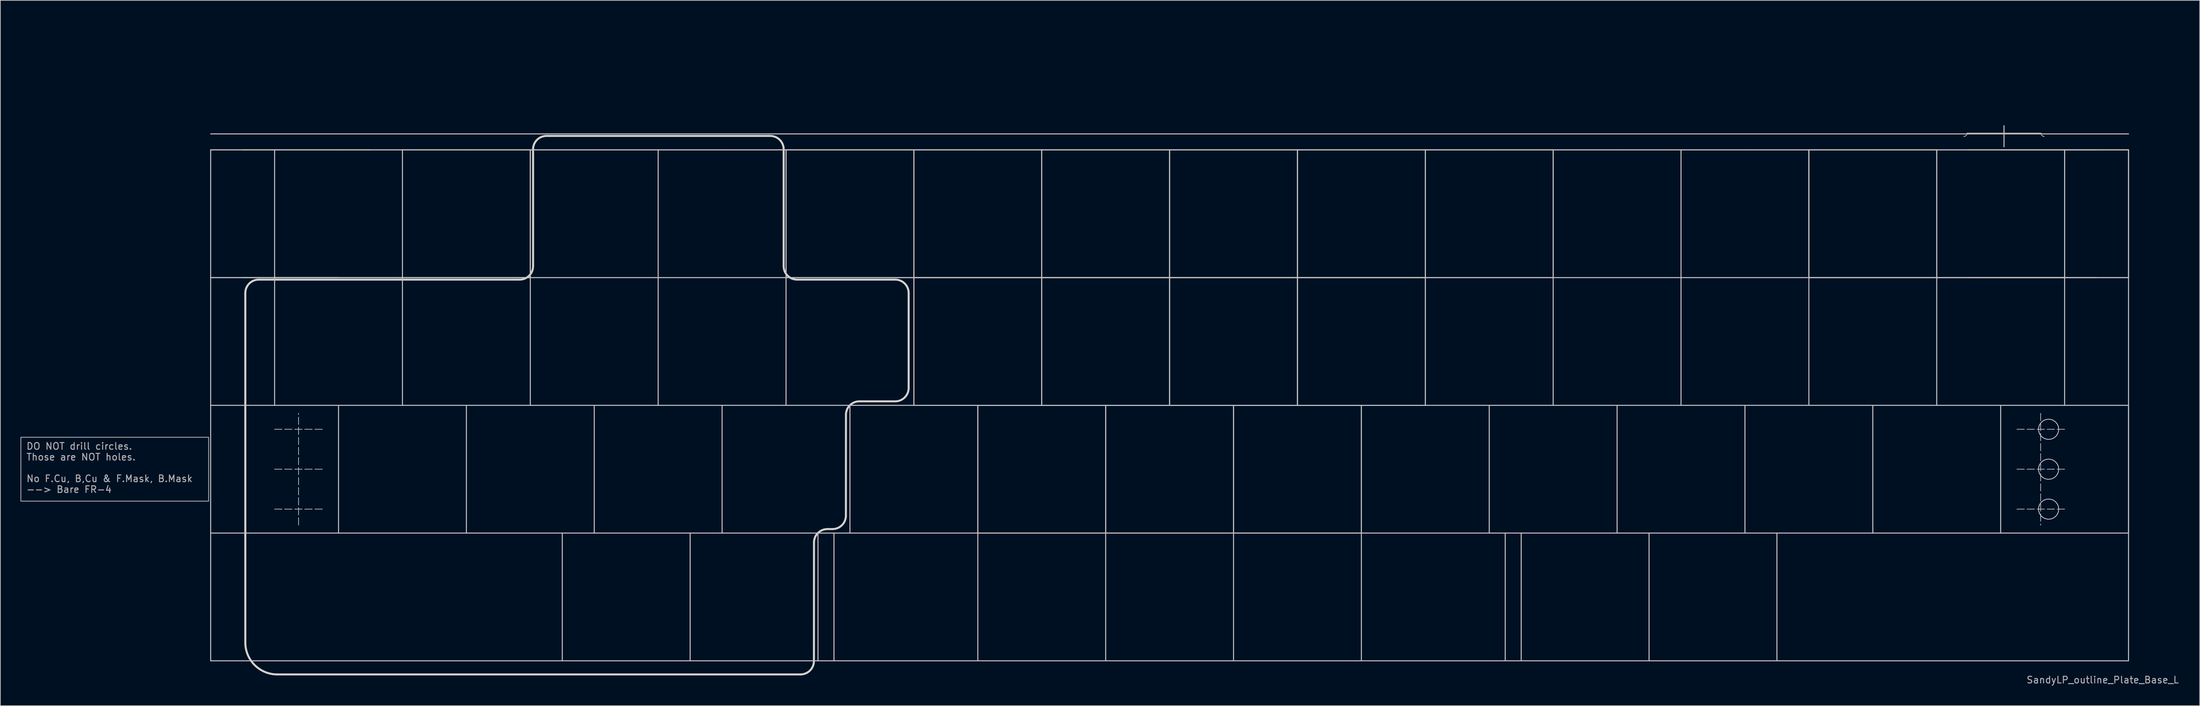
<source format=kicad_pcb>
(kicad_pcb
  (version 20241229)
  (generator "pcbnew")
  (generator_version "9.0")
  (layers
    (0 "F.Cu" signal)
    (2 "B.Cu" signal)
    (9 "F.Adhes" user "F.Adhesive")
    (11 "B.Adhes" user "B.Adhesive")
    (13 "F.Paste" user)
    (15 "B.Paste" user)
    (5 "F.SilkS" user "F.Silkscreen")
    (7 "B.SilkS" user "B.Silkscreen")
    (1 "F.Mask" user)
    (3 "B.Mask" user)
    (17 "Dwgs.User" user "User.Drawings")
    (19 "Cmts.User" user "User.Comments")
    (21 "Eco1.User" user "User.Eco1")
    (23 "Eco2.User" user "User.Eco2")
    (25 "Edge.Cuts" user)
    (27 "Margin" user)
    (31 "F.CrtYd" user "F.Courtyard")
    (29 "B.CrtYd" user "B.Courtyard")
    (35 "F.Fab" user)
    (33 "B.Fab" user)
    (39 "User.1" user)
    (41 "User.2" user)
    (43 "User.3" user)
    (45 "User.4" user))
  (footprint "SandyLP_outline_Plate_Base_L"
    (layer "F.Cu")
    (at 28.338 0.25)
    (property "Reference" "SandyLP_outline_Plate_Base_L" (at 281.9 98.1 0) (layer "F.Fab") (effects (font (size 1 1) (thickness 0.15))))
    (attr through_hole)
    (fp_rect (start 15.478 60.722) (end 13.097 72.628) (stroke (width 0.12) (type solid)) (fill yes) (layer "F.Mask"))
    (fp_circle (center 14.287 60.722) (end 13.097 60.722) (stroke (width 0.1) (type solid)) (fill yes) (layer "F.Mask"))
    (fp_circle (center 14.287 72.628) (end 13.097 72.628) (stroke (width 0.1) (type solid)) (fill yes) (layer "F.Mask"))
    (fp_rect (start 15.478 60.722) (end 13.097 72.628) (stroke (width 0.12) (type solid)) (fill yes) (layer "B.Mask"))
    (fp_circle (center 14.287 60.722) (end 13.097 60.722) (stroke (width 0.1) (type solid)) (fill yes) (layer "B.Mask"))
    (fp_circle (center 14.287 72.628) (end 13.097 72.628) (stroke (width 0.1) (type solid)) (fill yes) (layer "B.Mask"))
    (fp_line (start 0 16.669) (end 285.75 16.669) (stroke (width 0.15) (type solid)) (layer "Dwgs.User"))
    (fp_line (start 0 19.05) (end 0 38.1) (stroke (width 0.15) (type solid)) (layer "Dwgs.User"))
    (fp_line (start 0 19.05) (end 19.05 19.05) (stroke (width 0.15) (type solid)) (layer "Dwgs.User"))
    (fp_line (start 0 19.05) (end 285.75 19.05) (stroke (width 0.15) (type solid)) (layer "Dwgs.User"))
    (fp_line (start 0 38.1) (end 0 57.15) (stroke (width 0.15) (type solid)) (layer "Dwgs.User"))
    (fp_line (start 0 38.1) (end 19.05 38.1) (stroke (width 0.15) (type solid)) (layer "Dwgs.User"))
    (fp_line (start 0 38.1) (end 19.05 38.1) (stroke (width 0.15) (type solid)) (layer "Dwgs.User"))
    (fp_line (start 0 57.15) (end 0 76.2) (stroke (width 0.15) (type solid)) (layer "Dwgs.User"))
    (fp_line (start 0 95.25) (end 0 76.2) (stroke (width 0.15) (type solid)) (layer "Dwgs.User"))
    (fp_line (start 4.763 38.1) (end 28.575 38.1) (stroke (width 0.15) (type solid)) (layer "Dwgs.User"))
    (fp_line (start 9.525 38.1) (end 9.525 19.05) (stroke (width 0.15) (type solid)) (layer "Dwgs.User"))
    (fp_line (start 9.525 38.1) (end 9.525 57.15) (stroke (width 0.15) (type solid)) (layer "Dwgs.User"))
    (fp_line (start 9.525 38.1) (end 28.575 38.1) (stroke (width 0.15) (type solid)) (layer "Dwgs.User"))
    (fp_line (start 9.525 60.722) (end 16.669 60.722) (stroke (width 0.1) (type dash)) (layer "Dwgs.User"))
    (fp_line (start 9.525 66.675) (end 16.669 66.675) (stroke (width 0.1) (type dash)) (layer "Dwgs.User"))
    (fp_line (start 9.525 72.628) (end 16.669 72.628) (stroke (width 0.1) (type dash)) (layer "Dwgs.User"))
    (fp_line (start 13.097 75.009) (end 13.097 58.341) (stroke (width 0.1) (type dash)) (layer "Dwgs.User"))
    (fp_line (start 19.05 19.05) (end 38.1 19.05) (stroke (width 0.15) (type solid)) (layer "Dwgs.User"))
    (fp_line (start 19.05 57.15) (end 19.05 76.2) (stroke (width 0.15) (type solid)) (layer "Dwgs.User"))
    (fp_line (start 23.812 19.05) (end 4.763 19.05) (stroke (width 0.15) (type solid)) (layer "Dwgs.User"))
    (fp_line (start 28.575 19.05) (end 28.575 38.1) (stroke (width 0.15) (type solid)) (layer "Dwgs.User"))
    (fp_line (start 28.575 38.1) (end 9.525 38.1) (stroke (width 0.15) (type solid)) (layer "Dwgs.User"))
    (fp_line (start 28.575 38.1) (end 28.575 57.15) (stroke (width 0.15) (type solid)) (layer "Dwgs.User"))
    (fp_line (start 28.575 38.1) (end 47.625 38.1) (stroke (width 0.15) (type solid)) (layer "Dwgs.User"))
    (fp_line (start 28.575 38.1) (end 47.625 38.1) (stroke (width 0.15) (type solid)) (layer "Dwgs.User"))
    (fp_line (start 38.1 19.05) (end 57.15 19.05) (stroke (width 0.15) (type solid)) (layer "Dwgs.User"))
    (fp_line (start 38.1 57.15) (end 38.1 76.2) (stroke (width 0.15) (type solid)) (layer "Dwgs.User"))
    (fp_line (start 47.625 19.05) (end 28.575 19.05) (stroke (width 0.15) (type solid)) (layer "Dwgs.User"))
    (fp_line (start 47.625 19.05) (end 47.625 38.1) (stroke (width 0.15) (type solid)) (layer "Dwgs.User"))
    (fp_line (start 47.625 38.1) (end 28.575 38.1) (stroke (width 0.15) (type solid)) (layer "Dwgs.User"))
    (fp_line (start 47.625 38.1) (end 47.625 19.05) (stroke (width 0.15) (type solid)) (layer "Dwgs.User"))
    (fp_line (start 47.625 38.1) (end 47.625 19.05) (stroke (width 0.15) (type solid)) (layer "Dwgs.User"))
    (fp_line (start 47.625 38.1) (end 47.625 57.15) (stroke (width 0.15) (type solid)) (layer "Dwgs.User"))
    (fp_line (start 52.388 76.2) (end 52.388 95.25) (stroke (width 0.15) (type solid)) (layer "Dwgs.User"))
    (fp_line (start 57.15 19.05) (end 76.2 19.05) (stroke (width 0.15) (type solid)) (layer "Dwgs.User"))
    (fp_line (start 57.15 57.15) (end 57.15 76.2) (stroke (width 0.15) (type solid)) (layer "Dwgs.User"))
    (fp_line (start 66.675 19.05) (end 66.675 38.1) (stroke (width 0.15) (type solid)) (layer "Dwgs.User"))
    (fp_line (start 66.675 38.1) (end 66.675 57.15) (stroke (width 0.15) (type solid)) (layer "Dwgs.User"))
    (fp_line (start 71.438 76.2) (end 71.438 95.25) (stroke (width 0.15) (type solid)) (layer "Dwgs.User"))
    (fp_line (start 76.2 19.05) (end 95.25 19.05) (stroke (width 0.15) (type solid)) (layer "Dwgs.User"))
    (fp_line (start 76.2 57.15) (end 76.2 76.2) (stroke (width 0.15) (type solid)) (layer "Dwgs.User"))
    (fp_line (start 85.725 19.05) (end 85.725 38.1) (stroke (width 0.15) (type solid)) (layer "Dwgs.User"))
    (fp_line (start 85.725 19.05) (end 85.725 38.1) (stroke (width 0.15) (type solid)) (layer "Dwgs.User"))
    (fp_line (start 85.725 38.1) (end 47.625 38.1) (stroke (width 0.15) (type solid)) (layer "Dwgs.User"))
    (fp_line (start 85.725 38.1) (end 85.725 57.15) (stroke (width 0.15) (type solid)) (layer "Dwgs.User"))
    (fp_line (start 85.725 38.1) (end 104.775 38.1) (stroke (width 0.15) (type solid)) (layer "Dwgs.User"))
    (fp_line (start 85.725 38.1) (end 104.775 38.1) (stroke (width 0.15) (type solid)) (layer "Dwgs.User"))
    (fp_line (start 90.487 76.2) (end 90.487 95.25) (stroke (width 0.15) (type solid)) (layer "Dwgs.User"))
    (fp_line (start 92.869 76.2) (end 92.869 95.25) (stroke (width 0.15) (type solid)) (layer "Dwgs.User"))
    (fp_line (start 95.25 19.05) (end 114.3 19.05) (stroke (width 0.15) (type solid)) (layer "Dwgs.User"))
    (fp_line (start 95.25 57.15) (end 95.25 76.2) (stroke (width 0.15) (type solid)) (layer "Dwgs.User"))
    (fp_line (start 104.775 19.05) (end 85.725 19.05) (stroke (width 0.15) (type solid)) (layer "Dwgs.User"))
    (fp_line (start 104.775 19.05) (end 104.775 38.1) (stroke (width 0.15) (type solid)) (layer "Dwgs.User"))
    (fp_line (start 104.775 19.05) (end 104.775 38.1) (stroke (width 0.15) (type solid)) (layer "Dwgs.User"))
    (fp_line (start 104.775 38.1) (end 104.775 19.05) (stroke (width 0.15) (type solid)) (layer "Dwgs.User"))
    (fp_line (start 104.775 38.1) (end 104.775 57.15) (stroke (width 0.15) (type solid)) (layer "Dwgs.User"))
    (fp_line (start 104.775 38.1) (end 104.775 57.15) (stroke (width 0.15) (type solid)) (layer "Dwgs.User"))
    (fp_line (start 104.775 38.1) (end 123.825 38.1) (stroke (width 0.15) (type solid)) (layer "Dwgs.User"))
    (fp_line (start 104.775 38.1) (end 123.825 38.1) (stroke (width 0.15) (type solid)) (layer "Dwgs.User"))
    (fp_line (start 104.775 57.15) (end 0 57.15) (stroke (width 0.15) (type solid)) (layer "Dwgs.User"))
    (fp_line (start 104.775 57.15) (end 123.825 57.15) (stroke (width 0.15) (type solid)) (layer "Dwgs.User"))
    (fp_line (start 104.775 57.15) (end 123.825 57.15) (stroke (width 0.15) (type solid)) (layer "Dwgs.User"))
    (fp_line (start 114.3 19.05) (end 133.35 19.05) (stroke (width 0.15) (type solid)) (layer "Dwgs.User"))
    (fp_line (start 114.3 57.15) (end 114.3 76.2) (stroke (width 0.15) (type solid)) (layer "Dwgs.User"))
    (fp_line (start 114.3 57.15) (end 114.3 76.2) (stroke (width 0.15) (type solid)) (layer "Dwgs.User"))
    (fp_line (start 114.3 76.2) (end 0 76.2) (stroke (width 0.15) (type solid)) (layer "Dwgs.User"))
    (fp_line (start 114.3 76.2) (end 114.3 95.25) (stroke (width 0.15) (type solid)) (layer "Dwgs.User"))
    (fp_line (start 114.3 76.2) (end 133.35 76.2) (stroke (width 0.15) (type solid)) (layer "Dwgs.User"))
    (fp_line (start 114.3 76.2) (end 133.35 76.2) (stroke (width 0.15) (type solid)) (layer "Dwgs.User"))
    (fp_line (start 123.825 19.05) (end 104.775 19.05) (stroke (width 0.15) (type solid)) (layer "Dwgs.User"))
    (fp_line (start 123.825 19.05) (end 123.825 38.1) (stroke (width 0.15) (type solid)) (layer "Dwgs.User"))
    (fp_line (start 123.825 38.1) (end 104.775 38.1) (stroke (width 0.15) (type solid)) (layer "Dwgs.User"))
    (fp_line (start 123.825 38.1) (end 104.775 38.1) (stroke (width 0.15) (type solid)) (layer "Dwgs.User"))
    (fp_line (start 123.825 38.1) (end 123.825 19.05) (stroke (width 0.15) (type solid)) (layer "Dwgs.User"))
    (fp_line (start 123.825 38.1) (end 123.825 19.05) (stroke (width 0.15) (type solid)) (layer "Dwgs.User"))
    (fp_line (start 123.825 38.1) (end 123.825 57.15) (stroke (width 0.15) (type solid)) (layer "Dwgs.User"))
    (fp_line (start 123.825 38.1) (end 142.875 38.1) (stroke (width 0.15) (type solid)) (layer "Dwgs.User"))
    (fp_line (start 123.825 38.1) (end 142.875 38.1) (stroke (width 0.15) (type solid)) (layer "Dwgs.User"))
    (fp_line (start 123.825 57.15) (end 123.825 38.1) (stroke (width 0.15) (type solid)) (layer "Dwgs.User"))
    (fp_line (start 123.825 57.15) (end 123.825 38.1) (stroke (width 0.15) (type solid)) (layer "Dwgs.User"))
    (fp_line (start 123.825 57.15) (end 142.875 57.15) (stroke (width 0.15) (type solid)) (layer "Dwgs.User"))
    (fp_line (start 123.825 57.15) (end 142.875 57.15) (stroke (width 0.15) (type solid)) (layer "Dwgs.User"))
    (fp_line (start 133.35 19.05) (end 152.4 19.05) (stroke (width 0.15) (type solid)) (layer "Dwgs.User"))
    (fp_line (start 133.35 57.15) (end 114.3 57.15) (stroke (width 0.15) (type solid)) (layer "Dwgs.User"))
    (fp_line (start 133.35 57.15) (end 114.3 57.15) (stroke (width 0.15) (type solid)) (layer "Dwgs.User"))
    (fp_line (start 133.35 57.15) (end 133.35 76.2) (stroke (width 0.15) (type solid)) (layer "Dwgs.User"))
    (fp_line (start 133.35 76.2) (end 133.35 57.15) (stroke (width 0.15) (type solid)) (layer "Dwgs.User"))
    (fp_line (start 133.35 76.2) (end 133.35 57.15) (stroke (width 0.15) (type solid)) (layer "Dwgs.User"))
    (fp_line (start 133.35 76.2) (end 133.35 95.25) (stroke (width 0.15) (type solid)) (layer "Dwgs.User"))
    (fp_line (start 133.35 76.2) (end 152.4 76.2) (stroke (width 0.15) (type solid)) (layer "Dwgs.User"))
    (fp_line (start 133.35 76.2) (end 152.4 76.2) (stroke (width 0.15) (type solid)) (layer "Dwgs.User"))
    (fp_line (start 142.875 19.05) (end 123.825 19.05) (stroke (width 0.15) (type solid)) (layer "Dwgs.User"))
    (fp_line (start 142.875 19.05) (end 142.875 38.1) (stroke (width 0.15) (type solid)) (layer "Dwgs.User"))
    (fp_line (start 142.875 19.05) (end 142.875 38.1) (stroke (width 0.15) (type solid)) (layer "Dwgs.User"))
    (fp_line (start 142.875 38.1) (end 123.825 38.1) (stroke (width 0.15) (type solid)) (layer "Dwgs.User"))
    (fp_line (start 142.875 38.1) (end 123.825 38.1) (stroke (width 0.15) (type solid)) (layer "Dwgs.User"))
    (fp_line (start 142.875 38.1) (end 142.875 19.05) (stroke (width 0.15) (type solid)) (layer "Dwgs.User"))
    (fp_line (start 142.875 38.1) (end 142.875 57.15) (stroke (width 0.15) (type solid)) (layer "Dwgs.User"))
    (fp_line (start 142.875 38.1) (end 161.925 38.1) (stroke (width 0.15) (type solid)) (layer "Dwgs.User"))
    (fp_line (start 142.875 38.1) (end 161.925 38.1) (stroke (width 0.15) (type solid)) (layer "Dwgs.User"))
    (fp_line (start 142.875 57.15) (end 142.875 38.1) (stroke (width 0.15) (type solid)) (layer "Dwgs.User"))
    (fp_line (start 142.875 57.15) (end 142.875 38.1) (stroke (width 0.15) (type solid)) (layer "Dwgs.User"))
    (fp_line (start 142.875 57.15) (end 161.925 57.15) (stroke (width 0.15) (type solid)) (layer "Dwgs.User"))
    (fp_line (start 142.875 57.15) (end 161.925 57.15) (stroke (width 0.15) (type solid)) (layer "Dwgs.User"))
    (fp_line (start 152.4 19.05) (end 171.45 19.05) (stroke (width 0.15) (type solid)) (layer "Dwgs.User"))
    (fp_line (start 152.4 57.15) (end 133.35 57.15) (stroke (width 0.15) (type solid)) (layer "Dwgs.User"))
    (fp_line (start 152.4 57.15) (end 133.35 57.15) (stroke (width 0.15) (type solid)) (layer "Dwgs.User"))
    (fp_line (start 152.4 57.15) (end 152.4 76.2) (stroke (width 0.15) (type solid)) (layer "Dwgs.User"))
    (fp_line (start 152.4 76.2) (end 152.4 57.15) (stroke (width 0.15) (type solid)) (layer "Dwgs.User"))
    (fp_line (start 152.4 76.2) (end 152.4 57.15) (stroke (width 0.15) (type solid)) (layer "Dwgs.User"))
    (fp_line (start 152.4 76.2) (end 152.4 95.25) (stroke (width 0.15) (type solid)) (layer "Dwgs.User"))
    (fp_line (start 152.4 76.2) (end 171.45 76.2) (stroke (width 0.15) (type solid)) (layer "Dwgs.User"))
    (fp_line (start 152.4 76.2) (end 171.45 76.2) (stroke (width 0.15) (type solid)) (layer "Dwgs.User"))
    (fp_line (start 161.925 19.05) (end 142.875 19.05) (stroke (width 0.15) (type solid)) (layer "Dwgs.User"))
    (fp_line (start 161.925 19.05) (end 161.925 38.1) (stroke (width 0.15) (type solid)) (layer "Dwgs.User"))
    (fp_line (start 161.925 19.05) (end 161.925 38.1) (stroke (width 0.15) (type solid)) (layer "Dwgs.User"))
    (fp_line (start 161.925 38.1) (end 142.875 38.1) (stroke (width 0.15) (type solid)) (layer "Dwgs.User"))
    (fp_line (start 161.925 38.1) (end 142.875 38.1) (stroke (width 0.15) (type solid)) (layer "Dwgs.User"))
    (fp_line (start 161.925 38.1) (end 161.925 19.05) (stroke (width 0.15) (type solid)) (layer "Dwgs.User"))
    (fp_line (start 161.925 38.1) (end 161.925 57.15) (stroke (width 0.15) (type solid)) (layer "Dwgs.User"))
    (fp_line (start 161.925 38.1) (end 180.975 38.1) (stroke (width 0.15) (type solid)) (layer "Dwgs.User"))
    (fp_line (start 161.925 38.1) (end 180.975 38.1) (stroke (width 0.15) (type solid)) (layer "Dwgs.User"))
    (fp_line (start 161.925 57.15) (end 161.925 38.1) (stroke (width 0.15) (type solid)) (layer "Dwgs.User"))
    (fp_line (start 161.925 57.15) (end 161.925 38.1) (stroke (width 0.15) (type solid)) (layer "Dwgs.User"))
    (fp_line (start 161.925 57.15) (end 180.975 57.15) (stroke (width 0.15) (type solid)) (layer "Dwgs.User"))
    (fp_line (start 161.925 57.15) (end 180.975 57.15) (stroke (width 0.15) (type solid)) (layer "Dwgs.User"))
    (fp_line (start 171.45 19.05) (end 190.5 19.05) (stroke (width 0.15) (type solid)) (layer "Dwgs.User"))
    (fp_line (start 171.45 57.15) (end 152.4 57.15) (stroke (width 0.15) (type solid)) (layer "Dwgs.User"))
    (fp_line (start 171.45 57.15) (end 152.4 57.15) (stroke (width 0.15) (type solid)) (layer "Dwgs.User"))
    (fp_line (start 171.45 76.2) (end 152.4 76.2) (stroke (width 0.15) (type solid)) (layer "Dwgs.User"))
    (fp_line (start 171.45 76.2) (end 171.45 57.15) (stroke (width 0.15) (type solid)) (layer "Dwgs.User"))
    (fp_line (start 171.45 76.2) (end 171.45 57.15) (stroke (width 0.15) (type solid)) (layer "Dwgs.User"))
    (fp_line (start 171.45 76.2) (end 171.45 95.25) (stroke (width 0.15) (type solid)) (layer "Dwgs.User"))
    (fp_line (start 171.45 76.2) (end 285.75 76.2) (stroke (width 0.15) (type solid)) (layer "Dwgs.User"))
    (fp_line (start 180.975 19.05) (end 161.925 19.05) (stroke (width 0.15) (type solid)) (layer "Dwgs.User"))
    (fp_line (start 180.975 19.05) (end 180.975 38.1) (stroke (width 0.15) (type solid)) (layer "Dwgs.User"))
    (fp_line (start 180.975 38.1) (end 161.925 38.1) (stroke (width 0.15) (type solid)) (layer "Dwgs.User"))
    (fp_line (start 180.975 38.1) (end 161.925 38.1) (stroke (width 0.15) (type solid)) (layer "Dwgs.User"))
    (fp_line (start 180.975 38.1) (end 180.975 19.05) (stroke (width 0.15) (type solid)) (layer "Dwgs.User"))
    (fp_line (start 180.975 38.1) (end 180.975 19.05) (stroke (width 0.15) (type solid)) (layer "Dwgs.User"))
    (fp_line (start 180.975 38.1) (end 200.025 38.1) (stroke (width 0.15) (type solid)) (layer "Dwgs.User"))
    (fp_line (start 180.975 38.1) (end 200.025 38.1) (stroke (width 0.15) (type solid)) (layer "Dwgs.User"))
    (fp_line (start 180.975 57.15) (end 180.975 38.1) (stroke (width 0.15) (type solid)) (layer "Dwgs.User"))
    (fp_line (start 180.975 57.15) (end 180.975 38.1) (stroke (width 0.15) (type solid)) (layer "Dwgs.User"))
    (fp_line (start 190.5 19.05) (end 209.55 19.05) (stroke (width 0.15) (type solid)) (layer "Dwgs.User"))
    (fp_line (start 190.5 57.15) (end 190.5 76.2) (stroke (width 0.15) (type solid)) (layer "Dwgs.User"))
    (fp_line (start 192.881 76.2) (end 192.881 95.25) (stroke (width 0.15) (type solid)) (layer "Dwgs.User"))
    (fp_line (start 195.262 76.2) (end 195.262 95.25) (stroke (width 0.15) (type solid)) (layer "Dwgs.User"))
    (fp_line (start 200.025 19.05) (end 180.975 19.05) (stroke (width 0.15) (type solid)) (layer "Dwgs.User"))
    (fp_line (start 200.025 38.1) (end 200.025 19.05) (stroke (width 0.15) (type solid)) (layer "Dwgs.User"))
    (fp_line (start 200.025 38.1) (end 200.025 19.05) (stroke (width 0.15) (type solid)) (layer "Dwgs.User"))
    (fp_line (start 200.025 38.1) (end 200.025 57.15) (stroke (width 0.15) (type solid)) (layer "Dwgs.User"))
    (fp_line (start 209.55 19.05) (end 228.6 19.05) (stroke (width 0.15) (type solid)) (layer "Dwgs.User"))
    (fp_line (start 209.55 57.15) (end 209.55 76.2) (stroke (width 0.15) (type solid)) (layer "Dwgs.User"))
    (fp_line (start 214.312 76.2) (end 214.312 95.25) (stroke (width 0.15) (type solid)) (layer "Dwgs.User"))
    (fp_line (start 219.075 19.05) (end 219.075 38.1) (stroke (width 0.15) (type solid)) (layer "Dwgs.User"))
    (fp_line (start 219.075 38.1) (end 219.075 57.15) (stroke (width 0.15) (type solid)) (layer "Dwgs.User"))
    (fp_line (start 228.6 19.05) (end 247.65 19.05) (stroke (width 0.15) (type solid)) (layer "Dwgs.User"))
    (fp_line (start 228.6 57.15) (end 228.6 76.2) (stroke (width 0.15) (type solid)) (layer "Dwgs.User"))
    (fp_line (start 233.363 76.2) (end 233.363 95.25) (stroke (width 0.15) (type solid)) (layer "Dwgs.User"))
    (fp_line (start 238.125 19.05) (end 238.125 38.1) (stroke (width 0.15) (type solid)) (layer "Dwgs.User"))
    (fp_line (start 238.125 19.05) (end 238.125 38.1) (stroke (width 0.15) (type solid)) (layer "Dwgs.User"))
    (fp_line (start 238.125 19.05) (end 238.125 38.1) (stroke (width 0.15) (type solid)) (layer "Dwgs.User"))
    (fp_line (start 238.125 38.1) (end 200.025 38.1) (stroke (width 0.15) (type solid)) (layer "Dwgs.User"))
    (fp_line (start 238.125 38.1) (end 238.125 57.15) (stroke (width 0.15) (type solid)) (layer "Dwgs.User"))
    (fp_line (start 238.125 38.1) (end 257.175 38.1) (stroke (width 0.15) (type solid)) (layer "Dwgs.User"))
    (fp_line (start 238.125 38.1) (end 257.175 38.1) (stroke (width 0.15) (type solid)) (layer "Dwgs.User"))
    (fp_line (start 238.125 38.1) (end 257.175 38.1) (stroke (width 0.15) (type solid)) (layer "Dwgs.User"))
    (fp_line (start 247.65 19.05) (end 266.7 19.05) (stroke (width 0.15) (type solid)) (layer "Dwgs.User"))
    (fp_line (start 247.65 57.15) (end 247.65 76.2) (stroke (width 0.15) (type solid)) (layer "Dwgs.User"))
    (fp_line (start 257.175 19.05) (end 238.125 19.05) (stroke (width 0.15) (type solid)) (layer "Dwgs.User"))
    (fp_line (start 257.175 38.1) (end 257.175 19.05) (stroke (width 0.15) (type solid)) (layer "Dwgs.User"))
    (fp_line (start 257.175 38.1) (end 257.175 19.05) (stroke (width 0.15) (type solid)) (layer "Dwgs.User"))
    (fp_line (start 257.175 38.1) (end 257.175 57.15) (stroke (width 0.15) (type solid)) (layer "Dwgs.User"))
    (fp_line (start 257.175 38.1) (end 276.225 38.1) (stroke (width 0.15) (type solid)) (layer "Dwgs.User"))
    (fp_line (start 257.175 38.1) (end 276.225 38.1) (stroke (width 0.15) (type solid)) (layer "Dwgs.User"))
    (fp_line (start 257.175 38.1) (end 276.225 38.1) (stroke (width 0.15) (type solid)) (layer "Dwgs.User"))
    (fp_line (start 261.938 38.1) (end 280.988 38.1) (stroke (width 0.15) (type solid)) (layer "Dwgs.User"))
    (fp_line (start 266.7 19.05) (end 285.75 19.05) (stroke (width 0.15) (type solid)) (layer "Dwgs.User"))
    (fp_line (start 266.7 19.05) (end 285.75 19.05) (stroke (width 0.15) (type solid)) (layer "Dwgs.User"))
    (fp_line (start 266.7 38.1) (end 285.75 38.1) (stroke (width 0.15) (type solid)) (layer "Dwgs.User"))
    (fp_line (start 266.7 57.15) (end 266.7 76.2) (stroke (width 0.15) (type solid)) (layer "Dwgs.User"))
    (fp_line (start 267.2 15.45) (end 267.2 18.6) (stroke (width 0.15) (type solid)) (layer "Dwgs.User"))
    (fp_line (start 272.653 58.341) (end 272.653 75.009) (stroke (width 0.1) (type dash)) (layer "Dwgs.User"))
    (fp_line (start 272.7 16.55) (end 261.7 16.55) (stroke (width 0.1) (type solid)) (layer "Dwgs.User"))
    (fp_line (start 276.225 38.1) (end 276.225 19.05) (stroke (width 0.15) (type solid)) (layer "Dwgs.User"))
    (fp_line (start 276.225 38.1) (end 276.225 19.05) (stroke (width 0.15) (type solid)) (layer "Dwgs.User"))
    (fp_line (start 276.225 38.1) (end 276.225 57.15) (stroke (width 0.15) (type solid)) (layer "Dwgs.User"))
    (fp_line (start 276.225 60.722) (end 269.081 60.722) (stroke (width 0.1) (type dash)) (layer "Dwgs.User"))
    (fp_line (start 276.225 66.675) (end 269.081 66.675) (stroke (width 0.1) (type dash)) (layer "Dwgs.User"))
    (fp_line (start 276.225 72.628) (end 269.081 72.628) (stroke (width 0.1) (type dash)) (layer "Dwgs.User"))
    (fp_line (start 280.988 19.05) (end 261.938 19.05) (stroke (width 0.15) (type solid)) (layer "Dwgs.User"))
    (fp_line (start 285.75 19.05) (end 285.75 38.1) (stroke (width 0.15) (type solid)) (layer "Dwgs.User"))
    (fp_line (start 285.75 19.05) (end 285.75 38.1) (stroke (width 0.15) (type solid)) (layer "Dwgs.User"))
    (fp_line (start 285.75 38.1) (end 266.7 38.1) (stroke (width 0.15) (type solid)) (layer "Dwgs.User"))
    (fp_line (start 285.75 57.15) (end 180.975 57.15) (stroke (width 0.15) (type solid)) (layer "Dwgs.User"))
    (fp_line (start 285.75 57.15) (end 285.75 38.1) (stroke (width 0.15) (type solid)) (layer "Dwgs.User"))
    (fp_line (start 285.75 76.2) (end 285.75 57.15) (stroke (width 0.15) (type solid)) (layer "Dwgs.User"))
    (fp_line (start 285.75 76.2) (end 285.75 57.15) (stroke (width 0.15) (type solid)) (layer "Dwgs.User"))
    (fp_line (start 285.75 76.2) (end 285.75 95.25) (stroke (width 0.15) (type solid)) (layer "Dwgs.User"))
    (fp_line (start 285.75 95.25) (end 0 95.25) (stroke (width 0.15) (type solid)) (layer "Dwgs.User"))
    (fp_arc (start 261.7 16.55) (mid 261.553553 16.903553) (end 261.2 17.05) (stroke (width 0.1) (type solid)) (layer "Dwgs.User"))
    (fp_arc (start 273.2 17.05) (mid 272.846447 16.903553) (end 272.7 16.55) (stroke (width 0.1) (type solid)) (layer "Dwgs.User"))
    (fp_circle (center 273.844 60.722) (end 272.344 60.722) (stroke (width 0.12) (type default)) (fill no) (layer "Dwgs.User"))
    (fp_circle (center 273.844 66.675) (end 272.344 66.675) (stroke (width 0.12) (type default)) (fill no) (layer "Dwgs.User"))
    (fp_circle (center 273.844 72.628) (end 272.344 72.628) (stroke (width 0.12) (type default)) (fill no) (layer "Dwgs.User"))
    (fp_arc (start 199.41 35.54996) (mid 198.824228 36.964199) (end 197.41 37.54996) (stroke (width 0.3) (type solid)) (layer "Eco1.User"))
    (fp_line (start 5.013 35.786) (end 5.013 21.731) (stroke (width 0.3) (type solid)) (layer "Eco2.User"))
    (fp_line (start 7.013 37.786) (end 45.3 37.8) (stroke (width 0.3) (type solid)) (layer "Eco2.User"))
    (fp_line (start 9.775 16.969) (end 45.31 16.969) (stroke (width 0.3) (type solid)) (layer "Eco2.User"))
    (fp_line (start 47.3 35.8) (end 47.31 18.969) (stroke (width 0.3) (type solid)) (layer "Eco2.User"))
    (fp_line (start 86.32 35.462) (end 86.32 18.969) (stroke (width 0.3) (type solid)) (layer "Eco2.User"))
    (fp_line (start 88.32 16.969) (end 197.41 16.969) (stroke (width 0.3) (type solid)) (layer "Eco2.User"))
    (fp_line (start 91.083 78.795) (end 91.083 95.281) (stroke (width 0.3) (type solid)) (layer "Eco2.User"))
    (fp_line (start 93.083 97.281) (end 192.667 97.281) (stroke (width 0.3) (type solid)) (layer "Eco2.User"))
    (fp_line (start 93.083 76.795) (end 93.845 76.795) (stroke (width 0.3) (type solid)) (layer "Eco2.User"))
    (fp_line (start 95.845 59.45) (end 95.845 74.795) (stroke (width 0.3) (type solid)) (layer "Eco2.User"))
    (fp_line (start 97.845 57.45) (end 111.522 57.45) (stroke (width 0.3) (type solid)) (layer "Eco2.User"))
    (fp_line (start 103.4 37.472) (end 88.32 37.462) (stroke (width 0.3) (type solid)) (layer "Eco2.User"))
    (fp_line (start 105.4 54.479) (end 105.4 39.472) (stroke (width 0.3) (type solid)) (layer "Eco2.User"))
    (fp_line (start 112.9 56.489) (end 107.4 56.479) (stroke (width 0.3) (type solid)) (layer "Eco2.User"))
    (fp_line (start 113.522 59.45) (end 113.522 74.2) (stroke (width 0.3) (type solid)) (layer "Eco2.User"))
    (fp_line (start 114.9 73.621) (end 114.9 58.489) (stroke (width 0.3) (type solid)) (layer "Eco2.User"))
    (fp_line (start 115.522 76.2) (end 170.278 76.2) (stroke (width 0.3) (type solid)) (layer "Eco2.User"))
    (fp_line (start 168.825 75.625) (end 116.9 75.621) (stroke (width 0.3) (type solid)) (layer "Eco2.User"))
    (fp_line (start 170.825 73.625) (end 170.825 58.55) (stroke (width 0.3) (type solid)) (layer "Eco2.User"))
    (fp_line (start 172.278 59.45) (end 172.278 74.2) (stroke (width 0.3) (type solid)) (layer "Eco2.User"))
    (fp_line (start 178.35 56.55) (end 172.825 56.55) (stroke (width 0.3) (type solid)) (layer "Eco2.User"))
    (fp_line (start 180.35 54.55) (end 180.35 39.55) (stroke (width 0.3) (type solid)) (layer "Eco2.User"))
    (fp_line (start 187.905 57.45) (end 174.278 57.45) (stroke (width 0.3) (type solid)) (layer "Eco2.User"))
    (fp_line (start 189.905 59.45) (end 189.905 74.795) (stroke (width 0.3) (type solid)) (layer "Eco2.User"))
    (fp_line (start 192.667 76.795) (end 191.905 76.795) (stroke (width 0.3) (type solid)) (layer "Eco2.User"))
    (fp_line (start 194.667 78.795) (end 194.667 95.281) (stroke (width 0.3) (type solid)) (layer "Eco2.User"))
    (fp_line (start 197.41 37.55) (end 182.35 37.55) (stroke (width 0.3) (type solid)) (layer "Eco2.User"))
    (fp_line (start 199.41 35.55) (end 199.41 18.969) (stroke (width 0.3) (type solid)) (layer "Eco2.User"))
    (fp_line (start 238.45 35.8) (end 238.44 18.969) (stroke (width 0.3) (type solid)) (layer "Eco2.User"))
    (fp_line (start 275.975 16.969) (end 240.44 16.969) (stroke (width 0.3) (type solid)) (layer "Eco2.User"))
    (fp_line (start 278.738 37.786) (end 240.45 37.8) (stroke (width 0.3) (type solid)) (layer "Eco2.User"))
    (fp_line (start 280.738 35.786) (end 280.738 21.731) (stroke (width 0.3) (type solid)) (layer "Eco2.User"))
    (fp_arc (start 5.0125 21.73121) (mid 6.4074 18.363607) (end 9.775 16.96871) (stroke (width 0.3) (type default)) (layer "Eco2.User"))
    (fp_arc (start 7.0125 37.785786) (mid 5.598291 37.199999) (end 5.0125 35.785786) (stroke (width 0.3) (type solid)) (layer "Eco2.User"))
    (fp_arc (start 45.31 16.96871) (mid 46.72421 17.554497) (end 47.31 18.96871) (stroke (width 0.3) (type solid)) (layer "Eco2.User"))
    (fp_arc (start 47.3 35.8) (mid 46.714214 37.214214) (end 45.3 37.8) (stroke (width 0.3) (type solid)) (layer "Eco2.User"))
    (fp_arc (start 86.32 18.96871) (mid 86.905783 17.55449) (end 88.32 16.96871) (stroke (width 0.3) (type solid)) (layer "Eco2.User"))
    (fp_arc (start 88.32 37.461532) (mid 86.905804 36.875718) (end 86.32 35.461532) (stroke (width 0.3) (type solid)) (layer "Eco2.User"))
    (fp_arc (start 91.082811 78.795313) (mid 91.668623 77.381124) (end 93.082811 76.795313) (stroke (width 0.3) (type solid)) (layer "Eco2.User"))
    (fp_arc (start 93.082649 97.28121) (mid 91.668436 96.695435) (end 91.082649 95.28121) (stroke (width 0.3) (type solid)) (layer "Eco2.User"))
    (fp_arc (start 95.845311 59.449896) (mid 96.431129 58.035718) (end 97.845311 57.449896) (stroke (width 0.3) (type solid)) (layer "Eco2.User"))
    (fp_arc (start 95.845311 74.795313) (mid 95.259491 76.209493) (end 93.845311 76.795313) (stroke (width 0.3) (type solid)) (layer "Eco2.User"))
    (fp_arc (start 103.4 37.471532) (mid 104.814232 38.057291) (end 105.4 39.471532) (stroke (width 0.3) (type solid)) (layer "Eco2.User"))
    (fp_arc (start 107.4 56.479174) (mid 105.985766 55.893415) (end 105.4 54.479174) (stroke (width 0.3) (type solid)) (layer "Eco2.User"))
    (fp_arc (start 111.521875 57.44996) (mid 112.93609 58.035764) (end 113.521875 59.44996) (stroke (width 0.3) (type solid)) (layer "Eco2.User"))
    (fp_arc (start 112.9 56.489174) (mid 114.314193 57.074988) (end 114.9 58.489174) (stroke (width 0.3) (type solid)) (layer "Eco2.User"))
    (fp_arc (start 115.521875 76.200025) (mid 114.10766 75.614222) (end 113.521875 74.2) (stroke (width 0.3) (type solid)) (layer "Eco2.User"))
    (fp_arc (start 116.9 75.620746) (mid 115.485799 75.034933) (end 114.9 73.620746) (stroke (width 0.3) (type solid)) (layer "Eco2.User"))
    (fp_arc (start 170.825 58.54996) (mid 171.410801 57.135772) (end 172.825 56.54996) (stroke (width 0.3) (type solid)) (layer "Eco2.User"))
    (fp_arc (start 170.825 73.62496) (mid 170.239228 75.039199) (end 168.825 75.62496) (stroke (width 0.3) (type solid)) (layer "Eco2.User"))
    (fp_arc (start 172.278125 59.44996) (mid 172.863892 58.035716) (end 174.278125 57.44996) (stroke (width 0.3) (type solid)) (layer "Eco2.User"))
    (fp_arc (start 172.278125 74.2) (mid 171.69234 75.614222) (end 170.278125 76.2) (stroke (width 0.3) (type solid)) (layer "Eco2.User"))
    (fp_arc (start 180.35 39.54996) (mid 180.935801 38.135772) (end 182.35 37.54996) (stroke (width 0.3) (type solid)) (layer "Eco2.User"))
    (fp_arc (start 180.35 54.54996) (mid 179.764228 55.964199) (end 178.35 56.54996) (stroke (width 0.3) (type solid)) (layer "Eco2.User"))
    (fp_arc (start 187.904607 57.44996) (mid 189.31883 58.035746) (end 189.904607 59.44996) (stroke (width 0.3) (type solid)) (layer "Eco2.User"))
    (fp_arc (start 191.904607 76.795377) (mid 190.490426 76.209562) (end 189.904607 74.795377) (stroke (width 0.3) (type solid)) (layer "Eco2.User"))
    (fp_arc (start 192.667107 76.795377) (mid 194.081353 77.381135) (end 194.667107 78.795377) (stroke (width 0.3) (type solid)) (layer "Eco2.User"))
    (fp_arc (start 194.667107 95.28121) (mid 194.081288 96.69539) (end 192.667107 97.28121) (stroke (width 0.3) (type solid)) (layer "Eco2.User"))
    (fp_arc (start 197.41 16.96871) (mid 198.82421 17.554497) (end 199.41 18.96871) (stroke (width 0.3) (type solid)) (layer "Eco2.User"))
    (fp_arc (start 199.41 35.54996) (mid 198.824198 36.96417) (end 197.41 37.54996) (stroke (width 0.3) (type solid)) (layer "Eco2.User"))
    (fp_arc (start 238.44 18.96871) (mid 239.025783 17.55449) (end 240.44 16.96871) (stroke (width 0.3) (type solid)) (layer "Eco2.User"))
    (fp_arc (start 240.45 37.8) (mid 239.035769 37.214231) (end 238.45 35.8) (stroke (width 0.3) (type solid)) (layer "Eco2.User"))
    (fp_arc (start 275.975 16.96871) (mid 279.342593 18.363617) (end 280.7375 21.73121) (stroke (width 0.3) (type default)) (layer "Eco2.User"))
    (fp_arc (start 280.7375 35.785786) (mid 280.151703 37.199987) (end 278.7375 37.785786) (stroke (width 0.3) (type solid)) (layer "Eco2.User"))
    (fp_line (start 5.162 40.4) (end 5.162 92.519) (stroke (width 0.3) (type solid)) (layer "Edge.Cuts"))
    (fp_line (start 7.162 38.4) (end 46.038 38.4) (stroke (width 0.3) (type solid)) (layer "Edge.Cuts"))
    (fp_line (start 9.925 97.281) (end 87.883 97.281) (stroke (width 0.3) (type solid)) (layer "Edge.Cuts"))
    (fp_line (start 48.038 18.969) (end 48.038 36.4) (stroke (width 0.3) (type solid)) (layer "Edge.Cuts"))
    (fp_line (start 50.038 16.969) (end 83.375 16.969) (stroke (width 0.3) (type solid)) (layer "Edge.Cuts"))
    (fp_line (start 85.375 18.969) (end 85.375 36.4) (stroke (width 0.3) (type solid)) (layer "Edge.Cuts"))
    (fp_line (start 87.375 38.4) (end 101.997 38.4) (stroke (width 0.3) (type solid)) (layer "Edge.Cuts"))
    (fp_line (start 89.892 77.605) (end 89.883 95.281) (stroke (width 0.3) (type solid)) (layer "Edge.Cuts"))
    (fp_line (start 91.892 75.605) (end 92.645 75.605) (stroke (width 0.3) (type solid)) (layer "Edge.Cuts"))
    (fp_line (start 94.655 58.555) (end 94.645 73.605) (stroke (width 0.3) (type solid)) (layer "Edge.Cuts"))
    (fp_line (start 96.655 56.555) (end 101.997 56.555) (stroke (width 0.3) (type solid)) (layer "Edge.Cuts"))
    (fp_line (start 103.997 40.4) (end 103.997 54.555) (stroke (width 0.3) (type solid)) (layer "Edge.Cuts"))
    (fp_arc (start 5.1625 40.39996) (mid 5.748301 38.985772) (end 7.1625 38.39996) (stroke (width 0.3) (type solid)) (layer "Edge.Cuts"))
    (fp_arc (start 9.925 97.28121) (mid 6.5574 95.886307) (end 5.1625 92.51871) (stroke (width 0.3) (type default)) (layer "Edge.Cuts"))
    (fp_arc (start 48.0375 18.96871) (mid 48.623283 17.55449) (end 50.0375 16.96871) (stroke (width 0.3) (type solid)) (layer "Edge.Cuts"))
    (fp_arc (start 48.0375 36.39996) (mid 47.451692 37.814135) (end 46.0375 38.39996) (stroke (width 0.3) (type solid)) (layer "Edge.Cuts"))
    (fp_arc (start 83.375 16.96871) (mid 84.789181 17.554526) (end 85.375 18.96871) (stroke (width 0.3) (type solid)) (layer "Edge.Cuts"))
    (fp_arc (start 87.375 38.39996) (mid 85.960801 37.814171) (end 85.375 36.39996) (stroke (width 0.3) (type solid)) (layer "Edge.Cuts"))
    (fp_arc (start 89.882652 95.28121) (mid 89.296859 96.6954) (end 87.882652 97.28121) (stroke (width 0.3) (type solid)) (layer "Edge.Cuts"))
    (fp_arc (start 89.892187 77.604687) (mid 90.478007 76.190507) (end 91.892187 75.604687) (stroke (width 0.3) (type solid)) (layer "Edge.Cuts"))
    (fp_arc (start 94.645152 73.604687) (mid 94.059367 75.018892) (end 92.645152 75.604687) (stroke (width 0.3) (type solid)) (layer "Edge.Cuts"))
    (fp_arc (start 94.654687 58.554735) (mid 95.24049 57.140524) (end 96.654687 56.554735) (stroke (width 0.3) (type solid)) (layer "Edge.Cuts"))
    (fp_arc (start 101.996875 38.39996) (mid 103.411119 38.985735) (end 103.996875 40.39996) (stroke (width 0.3) (type solid)) (layer "Edge.Cuts"))
    (fp_arc (start 103.996875 54.554735) (mid 103.411104 55.968946) (end 101.996875 56.554735) (stroke (width 0.3) (type solid)) (layer "Edge.Cuts"))
    (fp_text_box "DO NOT drill circles.\nThose are NOT holes.\n\nNo F.Cu, B,Cu & F.Mask, B.Mask\n--> Bare FR-4" (start -0.298 61.913) (end -28.278 71.438) (margins 0.81 0.81 0.81 0.81) (layer "F.Fab") (effects (font (size 1 1) (thickness 0.15)) (justify left top)) (border yes) (stroke (width 0.12) (type solid)))
    (zone (net_name "") (layers "F.Cu" "B.Cu") (hatch edge 0.5) (connect_pads) (min_thickness 0.25) (filled_areas_thickness no) (keepout (tracks not_allowed) (vias not_allowed) (pads not_allowed) (copperpour not_allowed) (footprints allowed)) (placement (enabled no)) (fill) (polygon (pts (arc (start 43.815733 60.971875) (mid 42.625108 59.78125) (end 41.434483 60.971875)) (arc (start 41.434483 72.878125) (mid 42.625108 74.06875) (end 43.815733 72.878125))))))
  (gr_rect
    (start -3 -3)
    (end 324.696 102.198)
    (stroke (width 0.1) (type default))
    (fill no)
    (layer "Edge.Cuts")))
</source>
